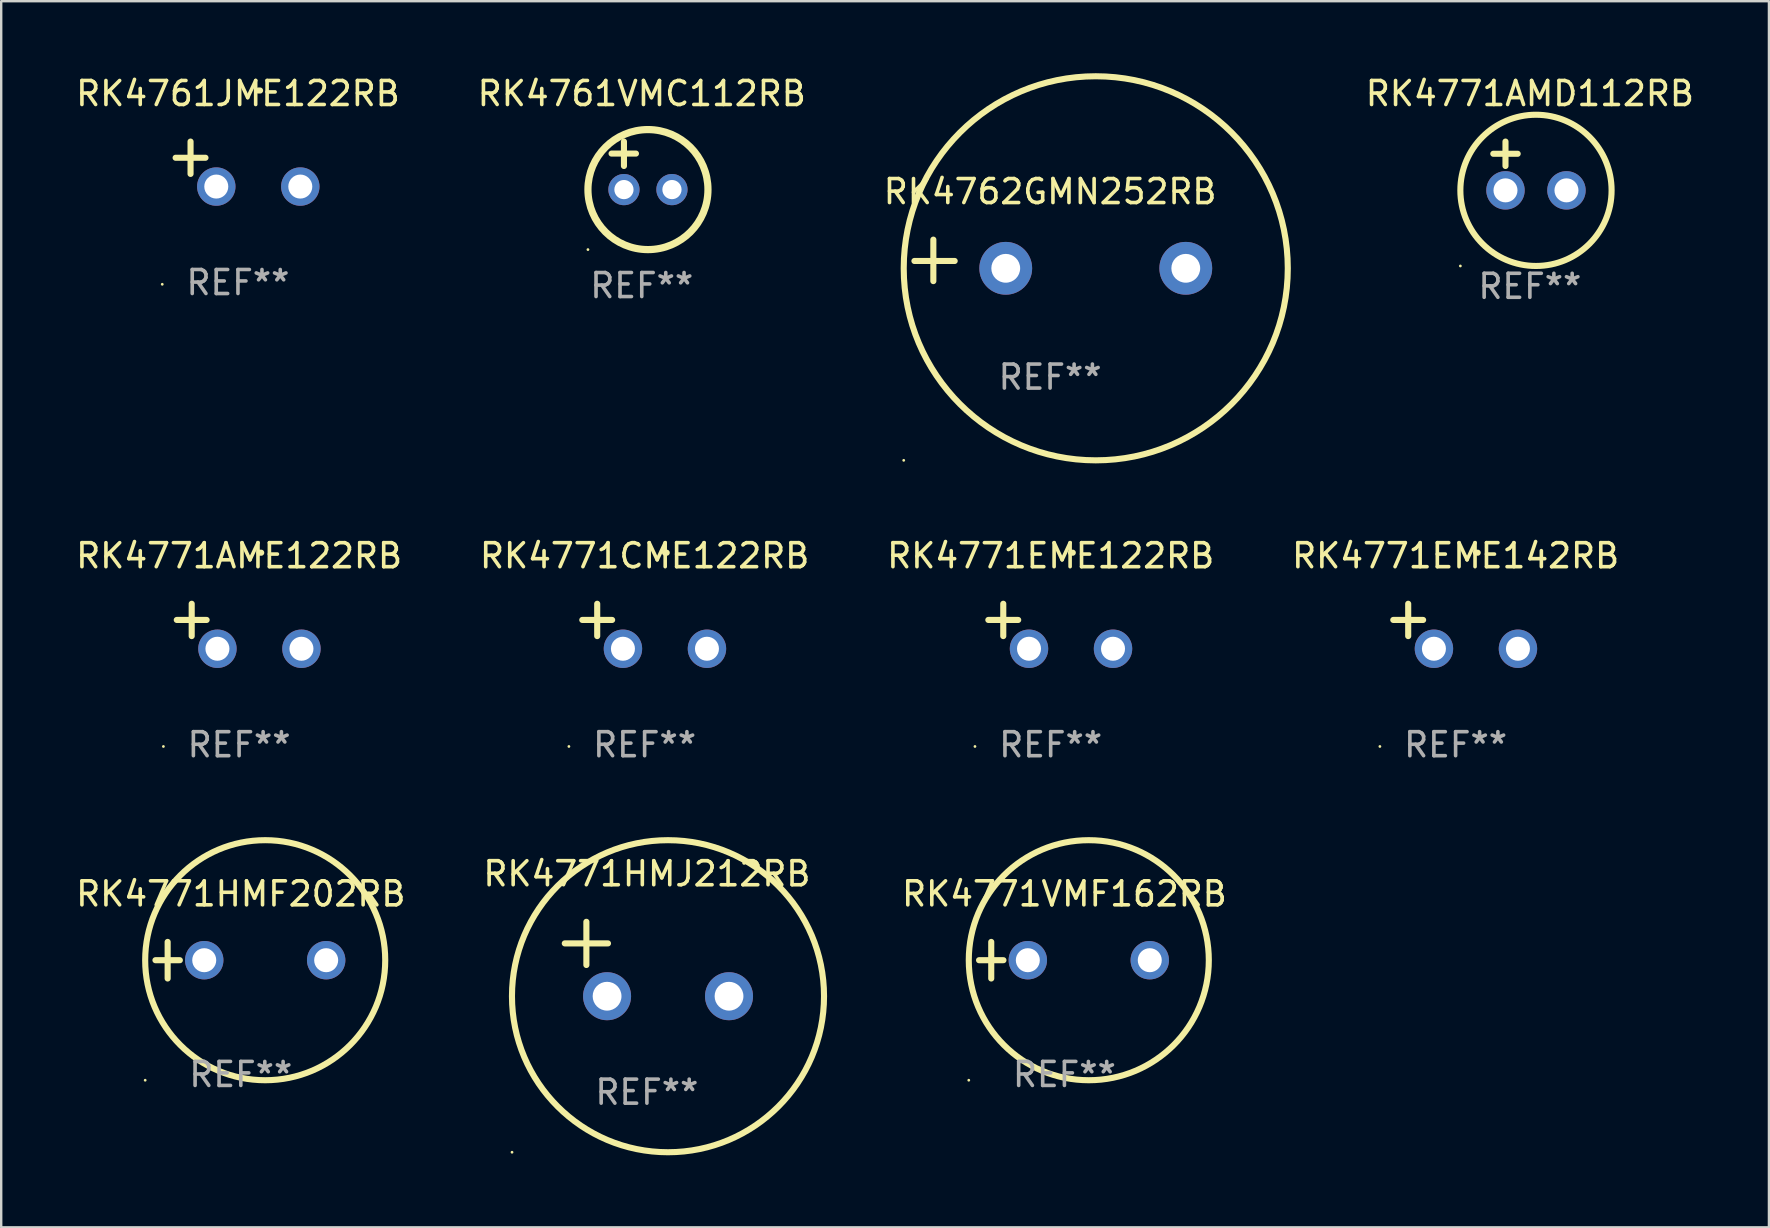
<source format=kicad_pcb>
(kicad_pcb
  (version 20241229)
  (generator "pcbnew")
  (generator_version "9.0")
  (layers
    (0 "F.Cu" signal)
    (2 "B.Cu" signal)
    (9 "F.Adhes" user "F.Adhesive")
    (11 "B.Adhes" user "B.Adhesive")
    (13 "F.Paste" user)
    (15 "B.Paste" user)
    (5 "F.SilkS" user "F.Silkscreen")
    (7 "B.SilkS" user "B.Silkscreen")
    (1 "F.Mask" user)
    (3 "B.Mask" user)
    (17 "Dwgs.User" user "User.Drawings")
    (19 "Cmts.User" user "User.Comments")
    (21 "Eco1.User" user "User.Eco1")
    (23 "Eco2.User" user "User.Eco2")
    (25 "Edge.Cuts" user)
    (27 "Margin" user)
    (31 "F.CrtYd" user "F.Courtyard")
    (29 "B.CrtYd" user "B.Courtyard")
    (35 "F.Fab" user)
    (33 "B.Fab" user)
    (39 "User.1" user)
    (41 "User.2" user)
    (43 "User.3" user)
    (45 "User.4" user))
  (footprint "RK4771AME122RB"
    (layer "F.Cu")
    (at 6.911 23.039)
    (property "Reference" "RK4771AME122RB" (at 0 -2.937 0) (layer "F.SilkS") (effects (font (size 1 1) (thickness 0.15))))
    (attr through_hole)
    (fp_line (start -1.975 0.41) (end -1.975 -0.937) (stroke (width 0.254) (type solid)) (layer "F.SilkS"))
    (fp_line (start -1.353 -0.263) (end -2.597 -0.263) (stroke (width 0.254) (type solid)) (layer "F.SilkS"))
    (fp_arc (start 0.849809 -3.063957) (mid 0.885369 -3.064114) (end 0.920929 -3.063957) (stroke (width 0.254001) (type solid)) (layer "F.SilkS"))
    (fp_circle (center -3.154 5.008) (end -3.124 5.008) (stroke (width 0.06) (type solid)) (fill no) (layer "F.SilkS"))
    (fp_text user "REF**" (at 0 4.937 0) (layer "F.Fab") (effects (font (size 1 1) (thickness 0.15))))
    (pad "1" thru_hole circle (at -0.903 0.937) (size 1.6 1.6) (drill 1) (layers "*.Cu" "*.Mask"))
    (pad "2" thru_hole circle (at 2.597 0.937) (size 1.6 1.6) (drill 1) (layers "*.Cu" "*.Mask")))
  (footprint "RK4771AMD112RB"
    (layer "F.Cu")
    (at 60.683 3.864)
    (property "Reference" "RK4771AMD112RB" (at 0 -3.016 0) (layer "F.SilkS") (effects (font (size 1 1) (thickness 0.15))))
    (attr through_hole)
    (fp_line (start -1.524 -0.508) (end -0.508 -0.508) (stroke (width 0.254) (type solid)) (layer "F.SilkS"))
    (fp_line (start -1.016 -1.016) (end -1.016 0) (stroke (width 0.254) (type solid)) (layer "F.SilkS"))
    (fp_circle (center -2.896 4.166) (end -2.866 4.166) (stroke (width 0.06) (type solid)) (fill no) (layer "F.SilkS"))
    (fp_circle (center 0.254 1.016) (end 3.404 1.016) (stroke (width 0.254) (type solid)) (fill no) (layer "F.SilkS"))
    (fp_text user "REF**" (at 0 5.016 0) (layer "F.Fab") (effects (font (size 1 1) (thickness 0.15))))
    (pad "1" thru_hole circle (at -1.016 1.016) (size 1.6 1.6) (drill 1) (layers "*.Cu" "*.Mask"))
    (pad "2" thru_hole circle (at 1.524 1.016) (size 1.6 1.6) (drill 1) (layers "*.Cu" "*.Mask")))
  (footprint "RK4771EME122RB"
    (layer "F.Cu")
    (at 40.72 23.039)
    (property "Reference" "RK4771EME122RB" (at 0 -2.937 0) (layer "F.SilkS") (effects (font (size 1 1) (thickness 0.15))))
    (attr through_hole)
    (fp_line (start -1.975 0.41) (end -1.975 -0.937) (stroke (width 0.254) (type solid)) (layer "F.SilkS"))
    (fp_line (start -1.353 -0.263) (end -2.597 -0.263) (stroke (width 0.254) (type solid)) (layer "F.SilkS"))
    (fp_arc (start 0.849809 -3.063957) (mid 0.885369 -3.064114) (end 0.920929 -3.063957) (stroke (width 0.254001) (type solid)) (layer "F.SilkS"))
    (fp_circle (center -3.154 5.008) (end -3.124 5.008) (stroke (width 0.06) (type solid)) (fill no) (layer "F.SilkS"))
    (fp_text user "REF**" (at 0 4.937 0) (layer "F.Fab") (effects (font (size 1 1) (thickness 0.15))))
    (pad "1" thru_hole circle (at -0.903 0.937) (size 1.6 1.6) (drill 1) (layers "*.Cu" "*.Mask"))
    (pad "2" thru_hole circle (at 2.597 0.937) (size 1.6 1.6) (drill 1) (layers "*.Cu" "*.Mask")))
  (footprint "RK4762GMN252RB"
    (layer "F.Cu")
    (at 40.696 7.797)
    (property "Reference" "RK4762GMN252RB" (at 0 -2.864 0) (layer "F.SilkS") (effects (font (size 1 1) (thickness 0.15))))
    (attr through_hole)
    (fp_line (start -4.864 0.864) (end -4.864 -0.864) (stroke (width 0.254) (type solid)) (layer "F.SilkS"))
    (fp_line (start -3.975 0.025) (end -5.652 0.025) (stroke (width 0.254) (type solid)) (layer "F.SilkS"))
    (fp_circle (center -6.098 8.33) (end -6.068 8.33) (stroke (width 0.06) (type solid)) (fill no) (layer "F.SilkS"))
    (fp_circle (center 1.902 0.33) (end 9.902 0.33) (stroke (width 0.254) (type solid)) (fill no) (layer "F.SilkS"))
    (fp_text user "REF**" (at 0 4.864 0) (layer "F.Fab") (effects (font (size 1 1) (thickness 0.15))))
    (pad "1" thru_hole circle (at -1.848 0.33) (size 2.2 2.2) (drill 1.2) (layers "*.Cu" "*.Mask"))
    (pad "2" thru_hole circle (at 5.652 0.33) (size 2.2 2.2) (drill 1.2) (layers "*.Cu" "*.Mask")))
  (footprint "RK4761VMC112RB"
    (layer "F.Cu")
    (at 23.685 3.848)
    (property "Reference" "RK4761VMC112RB" (at 0 -3 0) (layer "F.SilkS") (effects (font (size 1 1) (thickness 0.15))))
    (attr through_hole)
    (fp_line (start -1.258 -0.5) (end -0.242 -0.5) (stroke (width 0.254) (type solid)) (layer "F.SilkS"))
    (fp_line (start -0.742 -1) (end -0.742 0.016) (stroke (width 0.254) (type solid)) (layer "F.SilkS"))
    (fp_circle (center -2.242 3.5) (end -2.212 3.5) (stroke (width 0.06) (type solid)) (fill no) (layer "F.SilkS"))
    (fp_circle (center 0.258 1) (end 2.758 1) (stroke (width 0.3) (type solid)) (fill no) (layer "F.SilkS"))
    (fp_text user "REF**" (at 0 5 0) (layer "F.Fab") (effects (font (size 1 1) (thickness 0.15))))
    (pad "1" thru_hole circle (at -0.742 1) (size 1.3 1.3) (drill 0.8) (layers "*.Cu" "*.Mask"))
    (pad "2" thru_hole circle (at 1.258 1) (size 1.3 1.3) (drill 0.8) (layers "*.Cu" "*.Mask")))
  (footprint "RK4771HMF202RB"
    (layer "F.Cu")
    (at 6.982 36.951)
    (property "Reference" "RK4771HMF202RB" (at 0 -2.762 0) (layer "F.SilkS") (effects (font (size 1 1) (thickness 0.15))))
    (attr through_hole)
    (fp_line (start -3.556 0) (end -2.54 0) (stroke (width 0.254) (type solid)) (layer "F.SilkS"))
    (fp_line (start -3.048 -0.762) (end -3.048 0.762) (stroke (width 0.254) (type solid)) (layer "F.SilkS"))
    (fp_circle (center -3.984 5) (end -3.954 5) (stroke (width 0.06) (type solid)) (fill no) (layer "F.SilkS"))
    (fp_circle (center 1.016 0) (end 6.016 0) (stroke (width 0.254) (type solid)) (fill no) (layer "F.SilkS"))
    (fp_text user "REF**" (at 0 4.762 0) (layer "F.Fab") (effects (font (size 1 1) (thickness 0.15))))
    (pad "1" thru_hole circle (at -1.524 0) (size 1.6 1.6) (drill 1) (layers "*.Cu" "*.Mask"))
    (pad "2" thru_hole circle (at 3.556 0) (size 1.6 1.6) (drill 1) (layers "*.Cu" "*.Mask")))
  (footprint "RK4771EME142RB"
    (layer "F.Cu")
    (at 57.589 23.039)
    (property "Reference" "RK4771EME142RB" (at 0 -2.937 0) (layer "F.SilkS") (effects (font (size 1 1) (thickness 0.15))))
    (attr through_hole)
    (fp_line (start -1.975 0.41) (end -1.975 -0.937) (stroke (width 0.254) (type solid)) (layer "F.SilkS"))
    (fp_line (start -1.353 -0.263) (end -2.597 -0.263) (stroke (width 0.254) (type solid)) (layer "F.SilkS"))
    (fp_arc (start 0.849809 -3.063957) (mid 0.885369 -3.064114) (end 0.920929 -3.063957) (stroke (width 0.254001) (type solid)) (layer "F.SilkS"))
    (fp_circle (center -3.154 5.008) (end -3.124 5.008) (stroke (width 0.06) (type solid)) (fill no) (layer "F.SilkS"))
    (fp_text user "REF**" (at 0 4.937 0) (layer "F.Fab") (effects (font (size 1 1) (thickness 0.15))))
    (pad "1" thru_hole circle (at -0.903 0.937) (size 1.6 1.6) (drill 1) (layers "*.Cu" "*.Mask"))
    (pad "2" thru_hole circle (at 2.597 0.937) (size 1.6 1.6) (drill 1) (layers "*.Cu" "*.Mask")))
  (footprint "RK4771HMJ212RB"
    (layer "F.Cu")
    (at 23.899 36.901)
    (property "Reference" "RK4771HMJ212RB" (at 0 -3.55 0) (layer "F.SilkS") (effects (font (size 1 1) (thickness 0.15))))
    (attr through_hole)
    (fp_line (start -3.421 -0.65) (end -1.621 -0.65) (stroke (width 0.254) (type solid)) (layer "F.SilkS"))
    (fp_line (start -2.521 -1.55) (end -2.521 0.25) (stroke (width 0.254) (type solid)) (layer "F.SilkS"))
    (fp_circle (center -5.619 8.05) (end -5.589 8.05) (stroke (width 0.06) (type solid)) (fill no) (layer "F.SilkS"))
    (fp_circle (center 0.879 1.55) (end 7.379 1.55) (stroke (width 0.254) (type solid)) (fill no) (layer "F.SilkS"))
    (fp_text user "REF**" (at 0 5.55 0) (layer "F.Fab") (effects (font (size 1 1) (thickness 0.15))))
    (pad "1" thru_hole circle (at -1.659 1.55) (size 2 2) (drill 1.2) (layers "*.Cu" "*.Mask"))
    (pad "2" thru_hole circle (at 3.421 1.55) (size 2 2) (drill 1.2) (layers "*.Cu" "*.Mask")))
  (footprint "RK4761JME122RB"
    (layer "F.Cu")
    (at 6.863 3.785)
    (property "Reference" "RK4761JME122RB" (at 0 -2.937 0) (layer "F.SilkS") (effects (font (size 1 1) (thickness 0.15))))
    (attr through_hole)
    (fp_line (start -1.975 0.41) (end -1.975 -0.937) (stroke (width 0.254) (type solid)) (layer "F.SilkS"))
    (fp_line (start -1.353 -0.263) (end -2.597 -0.263) (stroke (width 0.254) (type solid)) (layer "F.SilkS"))
    (fp_arc (start 0.849809 -3.063957) (mid 0.885369 -3.064114) (end 0.920929 -3.063957) (stroke (width 0.254001) (type solid)) (layer "F.SilkS"))
    (fp_circle (center -3.154 5.008) (end -3.124 5.008) (stroke (width 0.06) (type solid)) (fill no) (layer "F.SilkS"))
    (fp_text user "REF**" (at 0 4.937 0) (layer "F.Fab") (effects (font (size 1 1) (thickness 0.15))))
    (pad "1" thru_hole circle (at -0.903 0.937) (size 1.6 1.6) (drill 1) (layers "*.Cu" "*.Mask"))
    (pad "2" thru_hole circle (at 2.597 0.937) (size 1.6 1.6) (drill 1) (layers "*.Cu" "*.Mask")))
  (footprint "RK4771CME122RB"
    (layer "F.Cu")
    (at 23.804 23.039)
    (property "Reference" "RK4771CME122RB" (at 0 -2.937 0) (layer "F.SilkS") (effects (font (size 1 1) (thickness 0.15))))
    (attr through_hole)
    (fp_line (start -1.975 0.41) (end -1.975 -0.937) (stroke (width 0.254) (type solid)) (layer "F.SilkS"))
    (fp_line (start -1.353 -0.263) (end -2.597 -0.263) (stroke (width 0.254) (type solid)) (layer "F.SilkS"))
    (fp_arc (start 0.849809 -3.063957) (mid 0.885369 -3.064114) (end 0.920929 -3.063957) (stroke (width 0.254001) (type solid)) (layer "F.SilkS"))
    (fp_circle (center -3.154 5.008) (end -3.124 5.008) (stroke (width 0.06) (type solid)) (fill no) (layer "F.SilkS"))
    (fp_text user "REF**" (at 0 4.937 0) (layer "F.Fab") (effects (font (size 1 1) (thickness 0.15))))
    (pad "1" thru_hole circle (at -0.903 0.937) (size 1.6 1.6) (drill 1) (layers "*.Cu" "*.Mask"))
    (pad "2" thru_hole circle (at 2.597 0.937) (size 1.6 1.6) (drill 1) (layers "*.Cu" "*.Mask")))
  (footprint "RK4771VMF162RB"
    (layer "F.Cu")
    (at 41.292 36.951)
    (property "Reference" "RK4771VMF162RB" (at 0 -2.762 0) (layer "F.SilkS") (effects (font (size 1 1) (thickness 0.15))))
    (attr through_hole)
    (fp_line (start -3.556 0) (end -2.54 0) (stroke (width 0.254) (type solid)) (layer "F.SilkS"))
    (fp_line (start -3.048 -0.762) (end -3.048 0.762) (stroke (width 0.254) (type solid)) (layer "F.SilkS"))
    (fp_circle (center -3.984 5) (end -3.954 5) (stroke (width 0.06) (type solid)) (fill no) (layer "F.SilkS"))
    (fp_circle (center 1.016 0) (end 6.016 0) (stroke (width 0.254) (type solid)) (fill no) (layer "F.SilkS"))
    (fp_text user "REF**" (at 0 4.762 0) (layer "F.Fab") (effects (font (size 1 1) (thickness 0.15))))
    (pad "1" thru_hole circle (at -1.524 0) (size 1.6 1.6) (drill 1) (layers "*.Cu" "*.Mask"))
    (pad "2" thru_hole circle (at 3.556 0) (size 1.6 1.6) (drill 1) (layers "*.Cu" "*.Mask")))
  (gr_rect
    (start -3 -3)
    (end 70.642 48.078)
    (stroke (width 0.1) (type default))
    (fill no)
    (layer "Edge.Cuts")))
</source>
